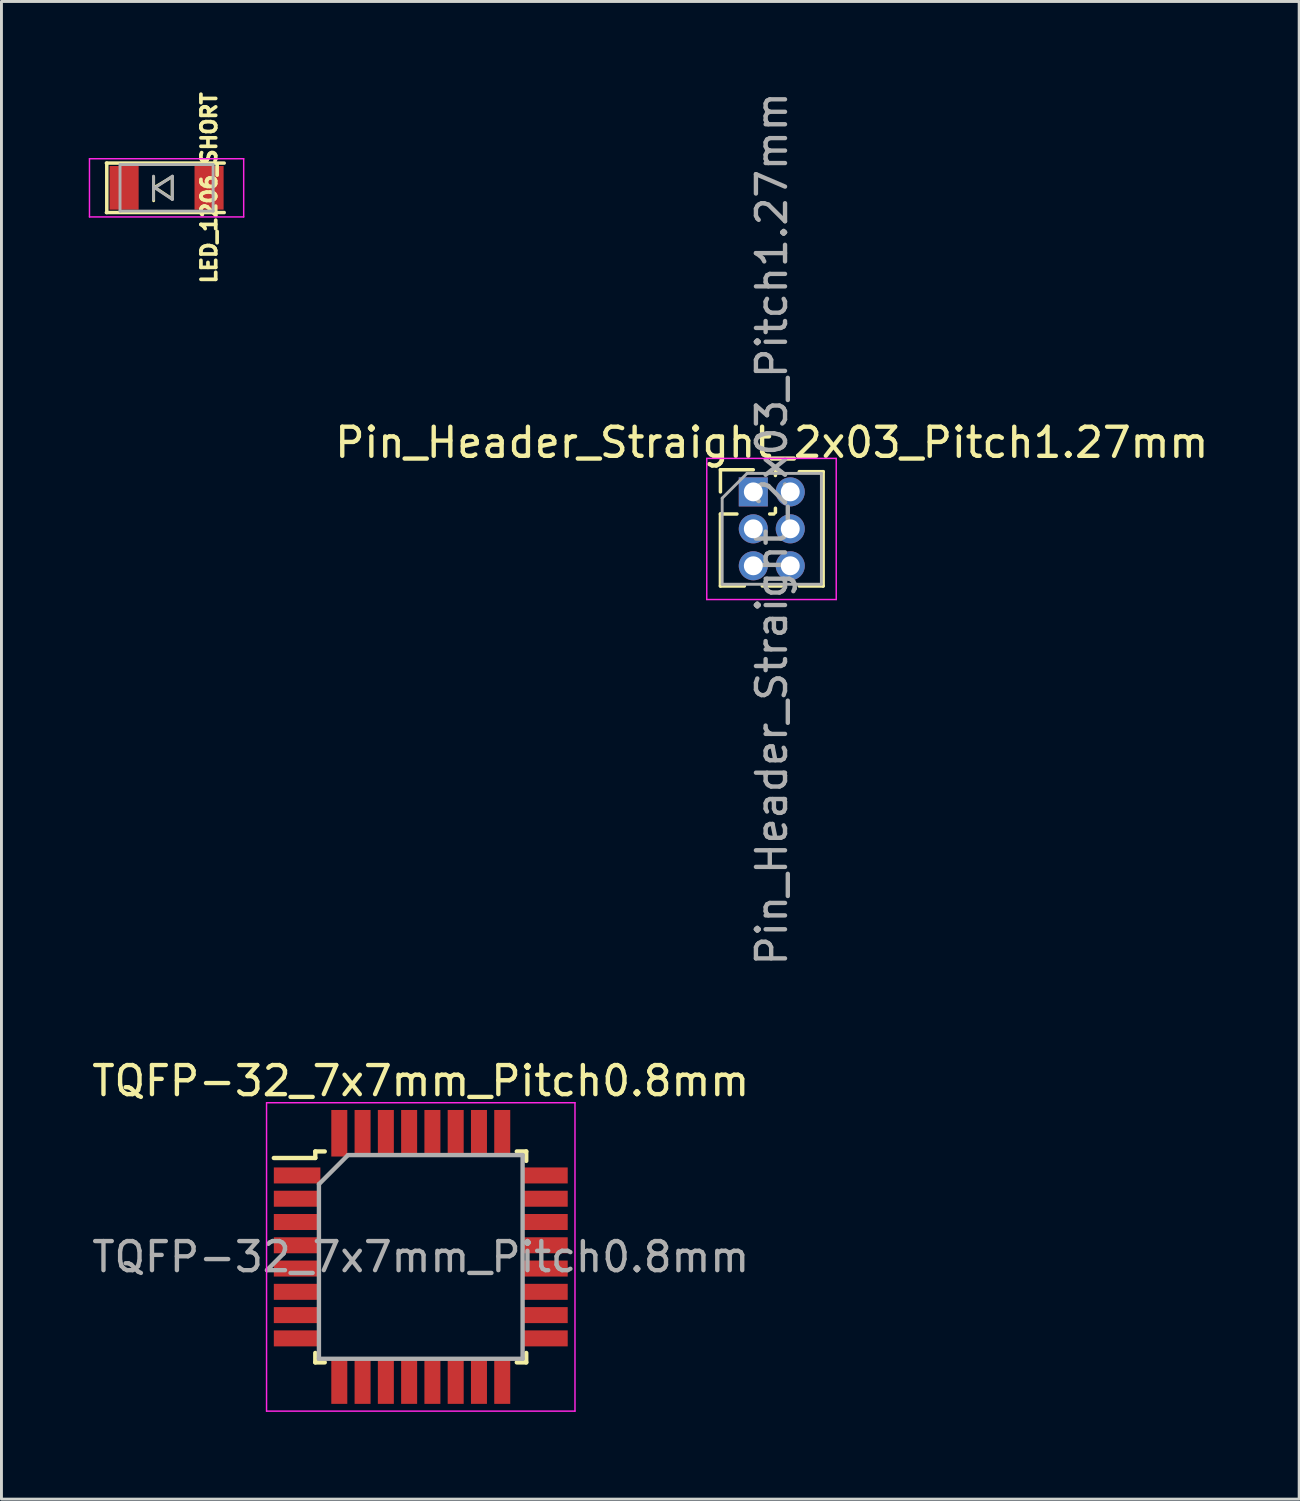
<source format=kicad_pcb>
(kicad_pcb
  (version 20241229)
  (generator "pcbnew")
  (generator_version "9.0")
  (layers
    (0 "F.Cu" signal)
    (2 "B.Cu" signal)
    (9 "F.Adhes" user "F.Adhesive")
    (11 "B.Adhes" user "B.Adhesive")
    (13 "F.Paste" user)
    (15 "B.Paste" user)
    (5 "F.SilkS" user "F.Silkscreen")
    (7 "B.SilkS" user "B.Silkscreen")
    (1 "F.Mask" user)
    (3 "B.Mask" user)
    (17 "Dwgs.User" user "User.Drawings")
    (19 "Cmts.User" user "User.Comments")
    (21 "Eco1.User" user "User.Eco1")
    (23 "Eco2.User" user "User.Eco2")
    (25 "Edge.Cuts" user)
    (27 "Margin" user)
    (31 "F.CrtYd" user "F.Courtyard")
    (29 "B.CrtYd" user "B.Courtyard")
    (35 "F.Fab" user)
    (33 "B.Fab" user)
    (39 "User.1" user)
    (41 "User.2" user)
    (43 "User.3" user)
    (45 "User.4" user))
  (footprint "TQFP-32_7x7mm_Pitch0.8mm"
    (layer "F.Cu")
    (at 11.411 40.148)
    (property "Reference" "TQFP-32_7x7mm_Pitch0.8mm" (at 0 -6.05 0) (layer "F.SilkS") (effects (font (size 1 1) (thickness 0.15))))
    (attr smd)
    (fp_line (start -3.625 -3.625) (end -3.625 -3.4) (stroke (width 0.15) (type solid)) (layer "F.SilkS"))
    (fp_line (start -3.625 -3.625) (end -3.3 -3.625) (stroke (width 0.15) (type solid)) (layer "F.SilkS"))
    (fp_line (start -3.625 -3.4) (end -5.05 -3.4) (stroke (width 0.15) (type solid)) (layer "F.SilkS"))
    (fp_line (start -3.625 3.625) (end -3.625 3.3) (stroke (width 0.15) (type solid)) (layer "F.SilkS"))
    (fp_line (start -3.625 3.625) (end -3.3 3.625) (stroke (width 0.15) (type solid)) (layer "F.SilkS"))
    (fp_line (start 3.625 -3.625) (end 3.3 -3.625) (stroke (width 0.15) (type solid)) (layer "F.SilkS"))
    (fp_line (start 3.625 -3.625) (end 3.625 -3.3) (stroke (width 0.15) (type solid)) (layer "F.SilkS"))
    (fp_line (start 3.625 3.625) (end 3.3 3.625) (stroke (width 0.15) (type solid)) (layer "F.SilkS"))
    (fp_line (start 3.625 3.625) (end 3.625 3.3) (stroke (width 0.15) (type solid)) (layer "F.SilkS"))
    (fp_line (start -5.3 -5.3) (end -5.3 5.3) (stroke (width 0.05) (type solid)) (layer "F.CrtYd"))
    (fp_line (start -5.3 -5.3) (end 5.3 -5.3) (stroke (width 0.05) (type solid)) (layer "F.CrtYd"))
    (fp_line (start -5.3 5.3) (end 5.3 5.3) (stroke (width 0.05) (type solid)) (layer "F.CrtYd"))
    (fp_line (start 5.3 -5.3) (end 5.3 5.3) (stroke (width 0.05) (type solid)) (layer "F.CrtYd"))
    (fp_line (start -3.5 -2.5) (end -2.5 -3.5) (stroke (width 0.15) (type solid)) (layer "F.Fab"))
    (fp_line (start -3.5 3.5) (end -3.5 -2.5) (stroke (width 0.15) (type solid)) (layer "F.Fab"))
    (fp_line (start -2.5 -3.5) (end 3.5 -3.5) (stroke (width 0.15) (type solid)) (layer "F.Fab"))
    (fp_line (start 3.5 -3.5) (end 3.5 3.5) (stroke (width 0.15) (type solid)) (layer "F.Fab"))
    (fp_line (start 3.5 3.5) (end -3.5 3.5) (stroke (width 0.15) (type solid)) (layer "F.Fab"))
    (fp_text user "${REFERENCE}" (at 0 0 0) (layer "F.Fab") (effects (font (size 1 1) (thickness 0.15))))
    (pad "1" smd rect (at -4.25 -2.8) (size 1.6 0.55) (layers "F.Cu" "F.Mask" "F.Paste"))
    (pad "2" smd rect (at -4.25 -2) (size 1.6 0.55) (layers "F.Cu" "F.Mask" "F.Paste"))
    (pad "3" smd rect (at -4.25 -1.2) (size 1.6 0.55) (layers "F.Cu" "F.Mask" "F.Paste"))
    (pad "4" smd rect (at -4.25 -0.4) (size 1.6 0.55) (layers "F.Cu" "F.Mask" "F.Paste"))
    (pad "5" smd rect (at -4.25 0.4) (size 1.6 0.55) (layers "F.Cu" "F.Mask" "F.Paste"))
    (pad "6" smd rect (at -4.25 1.2) (size 1.6 0.55) (layers "F.Cu" "F.Mask" "F.Paste"))
    (pad "7" smd rect (at -4.25 2) (size 1.6 0.55) (layers "F.Cu" "F.Mask" "F.Paste"))
    (pad "8" smd rect (at -4.25 2.8) (size 1.6 0.55) (layers "F.Cu" "F.Mask" "F.Paste"))
    (pad "9" smd rect (at -2.8 4.25 90) (size 1.6 0.55) (layers "F.Cu" "F.Mask" "F.Paste"))
    (pad "10" smd rect (at -2 4.25 90) (size 1.6 0.55) (layers "F.Cu" "F.Mask" "F.Paste"))
    (pad "11" smd rect (at -1.2 4.25 90) (size 1.6 0.55) (layers "F.Cu" "F.Mask" "F.Paste"))
    (pad "12" smd rect (at -0.4 4.25 90) (size 1.6 0.55) (layers "F.Cu" "F.Mask" "F.Paste"))
    (pad "13" smd rect (at 0.4 4.25 90) (size 1.6 0.55) (layers "F.Cu" "F.Mask" "F.Paste"))
    (pad "14" smd rect (at 1.2 4.25 90) (size 1.6 0.55) (layers "F.Cu" "F.Mask" "F.Paste"))
    (pad "15" smd rect (at 2 4.25 90) (size 1.6 0.55) (layers "F.Cu" "F.Mask" "F.Paste"))
    (pad "16" smd rect (at 2.8 4.25 90) (size 1.6 0.55) (layers "F.Cu" "F.Mask" "F.Paste"))
    (pad "17" smd rect (at 4.25 2.8) (size 1.6 0.55) (layers "F.Cu" "F.Mask" "F.Paste"))
    (pad "18" smd rect (at 4.25 2) (size 1.6 0.55) (layers "F.Cu" "F.Mask" "F.Paste"))
    (pad "19" smd rect (at 4.25 1.2) (size 1.6 0.55) (layers "F.Cu" "F.Mask" "F.Paste"))
    (pad "20" smd rect (at 4.25 0.4) (size 1.6 0.55) (layers "F.Cu" "F.Mask" "F.Paste"))
    (pad "21" smd rect (at 4.25 -0.4) (size 1.6 0.55) (layers "F.Cu" "F.Mask" "F.Paste"))
    (pad "22" smd rect (at 4.25 -1.2) (size 1.6 0.55) (layers "F.Cu" "F.Mask" "F.Paste"))
    (pad "23" smd rect (at 4.25 -2) (size 1.6 0.55) (layers "F.Cu" "F.Mask" "F.Paste"))
    (pad "24" smd rect (at 4.25 -2.8) (size 1.6 0.55) (layers "F.Cu" "F.Mask" "F.Paste"))
    (pad "25" smd rect (at 2.8 -4.25 90) (size 1.6 0.55) (layers "F.Cu" "F.Mask" "F.Paste"))
    (pad "26" smd rect (at 2 -4.25 90) (size 1.6 0.55) (layers "F.Cu" "F.Mask" "F.Paste"))
    (pad "27" smd rect (at 1.2 -4.25 90) (size 1.6 0.55) (layers "F.Cu" "F.Mask" "F.Paste"))
    (pad "28" smd rect (at 0.4 -4.25 90) (size 1.6 0.55) (layers "F.Cu" "F.Mask" "F.Paste"))
    (pad "29" smd rect (at -0.4 -4.25 90) (size 1.6 0.55) (layers "F.Cu" "F.Mask" "F.Paste"))
    (pad "30" smd rect (at -1.2 -4.25 90) (size 1.6 0.55) (layers "F.Cu" "F.Mask" "F.Paste"))
    (pad "31" smd rect (at -2 -4.25 90) (size 1.6 0.55) (layers "F.Cu" "F.Mask" "F.Paste"))
    (pad "32" smd rect (at -2.8 -4.25 90) (size 1.6 0.55) (layers "F.Cu" "F.Mask" "F.Paste")))
  (footprint "LED_1206_SHORT"
    (layer "F.Cu")
    (at 2.675 3.405)
    (property "Reference" "LED_1206_SHORT" (at 1.46 0 90) (layer "F.SilkS") (effects (font (size 0.508 0.508) (thickness 0.127))))
    (attr smd)
    (fp_line (start -2.069 -0.85) (end 1.981 -0.85) (stroke (width 0.12) (type solid)) (layer "F.SilkS"))
    (fp_line (start -2.069 0.85) (end 1.981 0.85) (stroke (width 0.12) (type solid)) (layer "F.SilkS"))
    (fp_line (start -2.055 -0.85) (end -2.055 0.85) (stroke (width 0.12) (type solid)) (layer "F.SilkS"))
    (fp_line (start -0.445 -0.381) (end -0.445 0.445) (stroke (width 0.1) (type solid)) (layer "F.SilkS"))
    (fp_line (start -0.445 0) (end 0.191 -0.381) (stroke (width 0.1) (type solid)) (layer "F.SilkS"))
    (fp_line (start 0.191 -0.381) (end 0.191 0.381) (stroke (width 0.1) (type solid)) (layer "F.SilkS"))
    (fp_line (start 0.191 0.381) (end -0.381 0) (stroke (width 0.1) (type solid)) (layer "F.SilkS"))
    (fp_line (start -2.65 -1) (end 2.65 -1) (stroke (width 0.05) (type solid)) (layer "F.CrtYd"))
    (fp_line (start -2.65 1) (end -2.65 -1) (stroke (width 0.05) (type solid)) (layer "F.CrtYd"))
    (fp_line (start 2.65 -1) (end 2.65 1) (stroke (width 0.05) (type solid)) (layer "F.CrtYd"))
    (fp_line (start 2.65 1) (end -2.65 1) (stroke (width 0.05) (type solid)) (layer "F.CrtYd"))
    (fp_line (start -1.6 -0.8) (end 1.6 -0.8) (stroke (width 0.1) (type solid)) (layer "F.Fab"))
    (fp_line (start -1.6 0.8) (end -1.6 -0.8) (stroke (width 0.1) (type solid)) (layer "F.Fab"))
    (fp_line (start -0.45 -0.4) (end -0.45 0.4) (stroke (width 0.1) (type solid)) (layer "F.Fab"))
    (fp_line (start -0.4 0) (end 0.2 -0.4) (stroke (width 0.1) (type solid)) (layer "F.Fab"))
    (fp_line (start 0.2 -0.4) (end 0.2 0.4) (stroke (width 0.1) (type solid)) (layer "F.Fab"))
    (fp_line (start 0.2 0.4) (end -0.4 0) (stroke (width 0.1) (type solid)) (layer "F.Fab"))
    (fp_line (start 1.6 -0.8) (end 1.6 0.8) (stroke (width 0.1) (type solid)) (layer "F.Fab"))
    (fp_line (start 1.6 0.8) (end -1.6 0.8) (stroke (width 0.1) (type solid)) (layer "F.Fab"))
    (pad "1" smd rect (at -1.46 0 180) (size 1 1.5) (layers "F.Cu" "F.Mask" "F.Paste"))
    (pad "2" smd rect (at 1.46 0 180) (size 1 1.5) (layers "F.Cu" "F.Mask" "F.Paste")))
  (footprint "Pin_Header_Straight_2x03_Pitch1.27mm"
    (layer "F.Cu")
    (at 22.84 13.855)
    (property "Reference" "Pin_Header_Straight_2x03_Pitch1.27mm" (at 0.635 -1.695 0) (layer "F.SilkS") (effects (font (size 1 1) (thickness 0.15))))
    (attr through_hole)
    (fp_line (start -1.13 -0.76) (end 0 -0.76) (stroke (width 0.12) (type solid)) (layer "F.SilkS"))
    (fp_line (start -1.13 0) (end -1.13 -0.76) (stroke (width 0.12) (type solid)) (layer "F.SilkS"))
    (fp_line (start -1.13 0.76) (end -1.13 3.235) (stroke (width 0.12) (type solid)) (layer "F.SilkS"))
    (fp_line (start -1.13 0.76) (end -0.563 0.76) (stroke (width 0.12) (type solid)) (layer "F.SilkS"))
    (fp_line (start -1.13 3.235) (end -0.308 3.235) (stroke (width 0.12) (type solid)) (layer "F.SilkS"))
    (fp_line (start 0.308 3.235) (end 0.962 3.235) (stroke (width 0.12) (type solid)) (layer "F.SilkS"))
    (fp_line (start 0.563 0.76) (end 0.707 0.76) (stroke (width 0.12) (type solid)) (layer "F.SilkS"))
    (fp_line (start 0.76 -0.695) (end 0.962 -0.695) (stroke (width 0.12) (type solid)) (layer "F.SilkS"))
    (fp_line (start 0.76 -0.563) (end 0.76 -0.695) (stroke (width 0.12) (type solid)) (layer "F.SilkS"))
    (fp_line (start 0.76 0.707) (end 0.76 0.563) (stroke (width 0.12) (type solid)) (layer "F.SilkS"))
    (fp_line (start 1.578 -0.695) (end 2.4 -0.695) (stroke (width 0.12) (type solid)) (layer "F.SilkS"))
    (fp_line (start 1.578 3.235) (end 2.4 3.235) (stroke (width 0.12) (type solid)) (layer "F.SilkS"))
    (fp_line (start 2.4 -0.695) (end 2.4 3.235) (stroke (width 0.12) (type solid)) (layer "F.SilkS"))
    (fp_line (start -1.6 -1.15) (end -1.6 3.7) (stroke (width 0.05) (type solid)) (layer "F.CrtYd"))
    (fp_line (start -1.6 3.7) (end 2.85 3.7) (stroke (width 0.05) (type solid)) (layer "F.CrtYd"))
    (fp_line (start 2.85 -1.15) (end -1.6 -1.15) (stroke (width 0.05) (type solid)) (layer "F.CrtYd"))
    (fp_line (start 2.85 3.7) (end 2.85 -1.15) (stroke (width 0.05) (type solid)) (layer "F.CrtYd"))
    (fp_line (start -1.07 0.217) (end -0.217 -0.635) (stroke (width 0.1) (type solid)) (layer "F.Fab"))
    (fp_line (start -1.07 3.175) (end -1.07 0.217) (stroke (width 0.1) (type solid)) (layer "F.Fab"))
    (fp_line (start -0.217 -0.635) (end 2.34 -0.635) (stroke (width 0.1) (type solid)) (layer "F.Fab"))
    (fp_line (start 2.34 -0.635) (end 2.34 3.175) (stroke (width 0.1) (type solid)) (layer "F.Fab"))
    (fp_line (start 2.34 3.175) (end -1.07 3.175) (stroke (width 0.1) (type solid)) (layer "F.Fab"))
    (fp_text user "${REFERENCE}" (at 0.635 1.27 90) (layer "F.Fab") (effects (font (size 1 1) (thickness 0.15))))
    (pad "1" thru_hole rect (at 0 0) (size 1 1) (drill 0.65) (layers "*.Cu" "*.Mask"))
    (pad "2" thru_hole oval (at 1.27 0) (size 1 1) (drill 0.65) (layers "*.Cu" "*.Mask"))
    (pad "3" thru_hole oval (at 0 1.27) (size 1 1) (drill 0.65) (layers "*.Cu" "*.Mask"))
    (pad "4" thru_hole oval (at 1.27 1.27) (size 1 1) (drill 0.65) (layers "*.Cu" "*.Mask"))
    (pad "5" thru_hole oval (at 0 2.54) (size 1 1) (drill 0.65) (layers "*.Cu" "*.Mask"))
    (pad "6" thru_hole oval (at 1.27 2.54) (size 1 1) (drill 0.65) (layers "*.Cu" "*.Mask")))
  (gr_rect
    (start -3 -3)
    (end 41.6 48.473)
    (stroke (width 0.1) (type default))
    (fill no)
    (layer "Edge.Cuts")))
</source>
